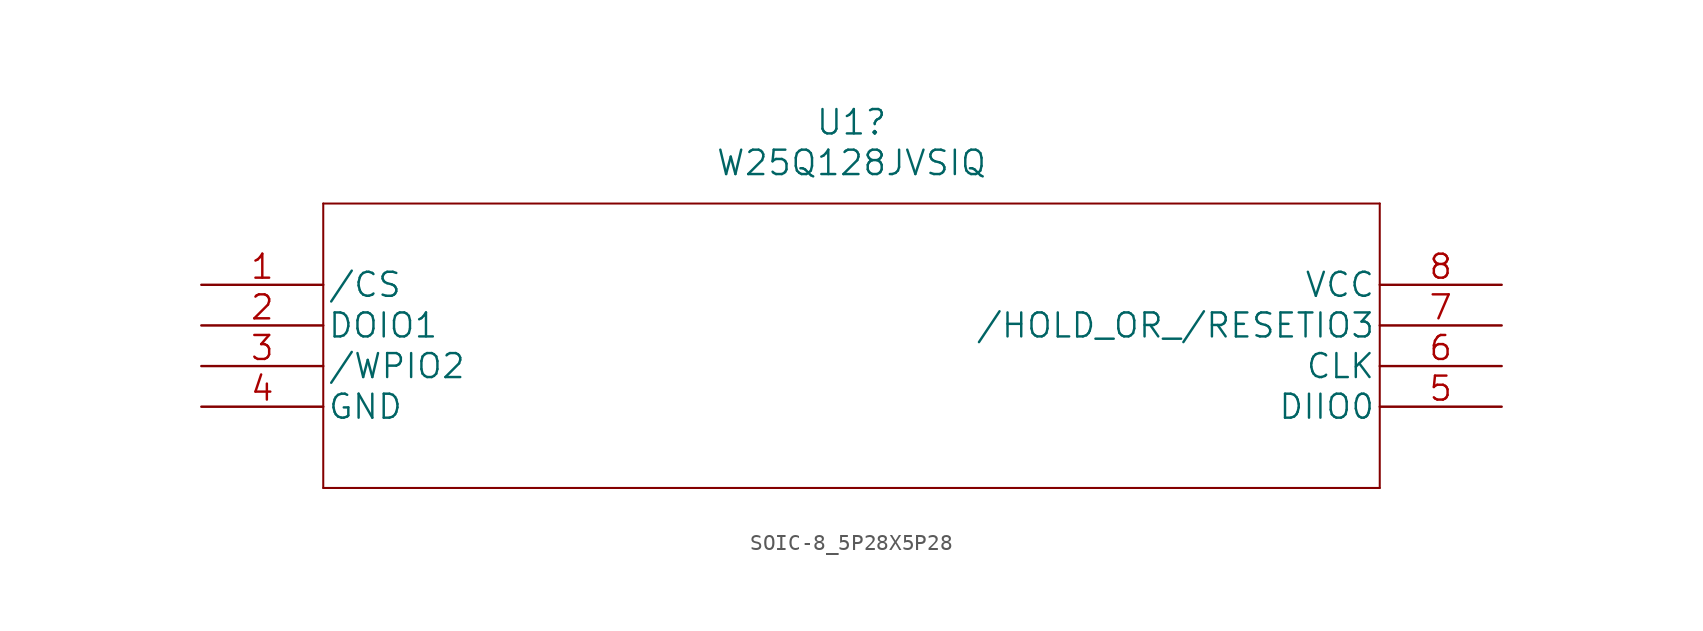
<source format=kicad_sym>
(kicad_symbol_lib
  (version 20220914)
  (generator kicad_symbol_editor)
  (symbol "SOIC-8_5P28X5P28"
    (pin_names
      (offset 0.254))
    (property "Reference" "U1"
      (at 40.64 10.16 0)
      (effects (font (size 1.524 1.524))))
    (property "Value" "W25Q128JVSIQ"
      (at 40.64 7.62 0)
      (effects (font (size 1.524 1.524))))
    (property "Datasheet" ""
      (at 0 0 0)
      (effects (font (size 1.524 1.524))))
    (symbol "SOIC-8_5P28X5P28_1_1"
      (polyline (pts (xy 7.62 -12.7) (xy 73.66 -12.7)) (stroke (width 0.127) (type solid)) (fill (type none)))
      (polyline (pts (xy 7.62 5.08) (xy 7.62 -12.7)) (stroke (width 0.127) (type solid)) (fill (type none)))
      (polyline (pts (xy 73.66 -12.7) (xy 73.66 5.08)) (stroke (width 0.127) (type solid)) (fill (type none)))
      (polyline (pts (xy 73.66 5.08) (xy 7.62 5.08)) (stroke (width 0.127) (type solid)) (fill (type none)))
      (pin bidirectional line (at 0 0 0) (length 7.62) (name "/CS" (effects (font (size 1.499 1.499)))) (number "1" (effects (font (size 1.499 1.499)))))
      (pin bidirectional line (at 0 -2.54 0) (length 7.62) (name "DOIO1" (effects (font (size 1.499 1.499)))) (number "2" (effects (font (size 1.499 1.499)))))
      (pin passive line (at 0 -5.08 0) (length 7.62) (name "/WPIO2" (effects (font (size 1.499 1.499)))) (number "3" (effects (font (size 1.499 1.499)))))
      (pin power_in line (at 0 -7.62 0) (length 7.62) (name "GND" (effects (font (size 1.499 1.499)))) (number "4" (effects (font (size 1.499 1.499)))))
      (pin bidirectional line (at 81.28 -7.62 180) (length 7.62) (name "DIIO0" (effects (font (size 1.499 1.499)))) (number "5" (effects (font (size 1.499 1.499)))))
      (pin bidirectional line (at 81.28 -5.08 180) (length 7.62) (name "CLK" (effects (font (size 1.499 1.499)))) (number "6" (effects (font (size 1.499 1.499)))))
      (pin bidirectional line (at 81.28 -2.54 180) (length 7.62) (name "/HOLD_OR_/RESETIO3" (effects (font (size 1.499 1.499)))) (number "7" (effects (font (size 1.499 1.499)))))
      (pin power_in line (at 81.28 0 180) (length 7.62) (name "VCC" (effects (font (size 1.499 1.499)))) (number "8" (effects (font (size 1.499 1.499))))))))
</source>
